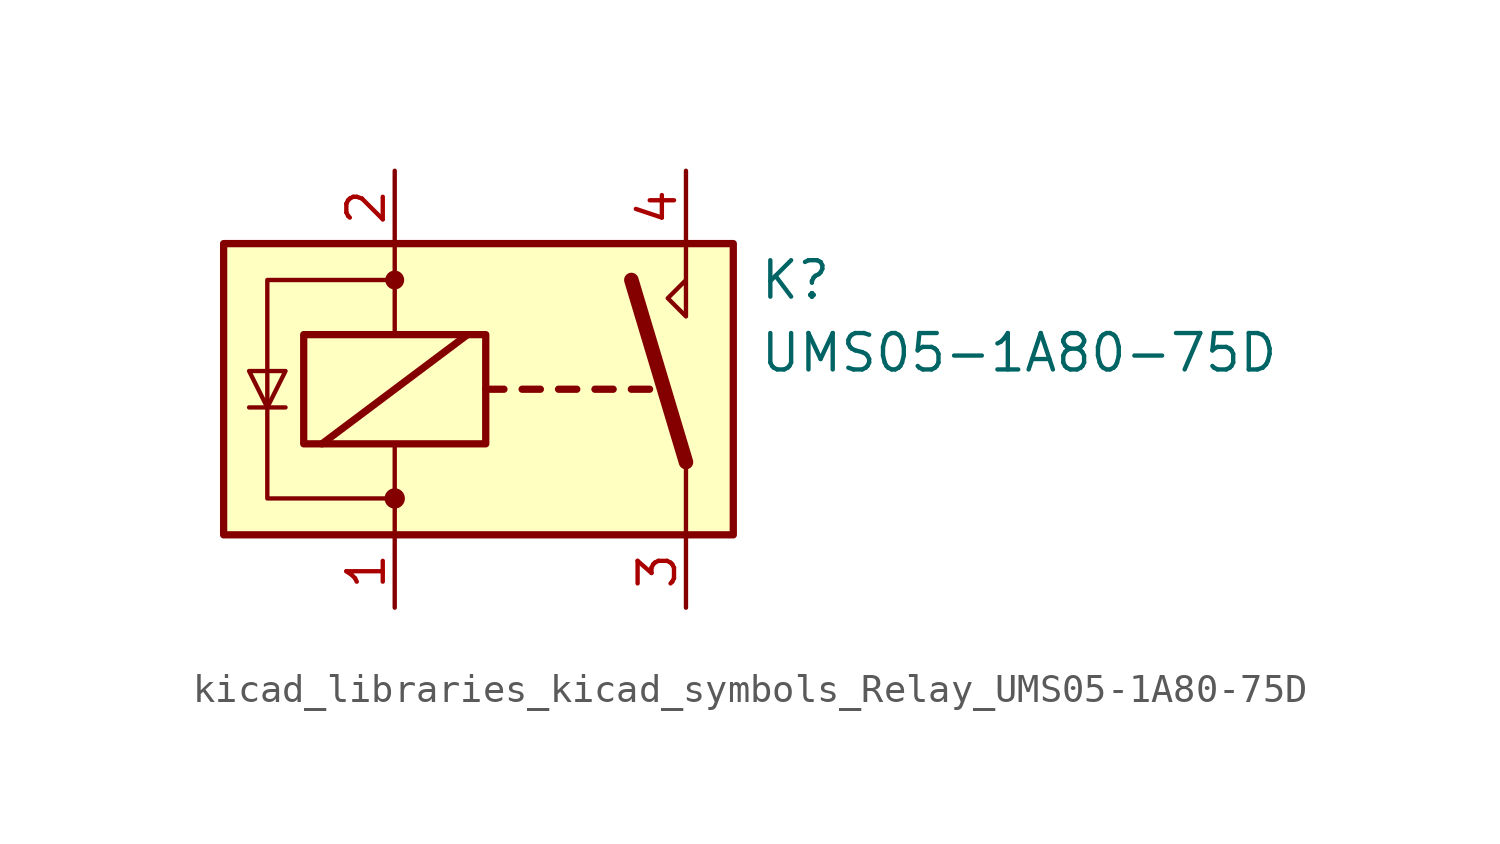
<source format=kicad_sym>
(kicad_symbol_lib
  (version 20220914)
  (generator kicad_symbol_editor)
  (symbol "kicad_libraries_kicad_symbols_Relay_UMS05-1A80-75D"
    (property "Reference" "K"
      (at 7.62 3.81 0)
      (effects (font (size 1.27 1.27)) (justify left)))
    (property "Value" "UMS05-1A80-75D"
      (at 7.62 1.27 0)
      (effects (font (size 1.27 1.27)) (justify left)))
    (symbol "kicad_libraries_kicad_symbols_Relay_UMS05-1A80-75D_0_0"
      (polyline (pts (xy 5.08 5.08) (xy 5.08 2.54) (xy 4.445 3.175) (xy 5.08 3.81)) (stroke (width 0) (type default)) (fill (type none))))
    (symbol "kicad_libraries_kicad_symbols_Relay_UMS05-1A80-75D_0_1"
      (rectangle (start -11.049 5.08) (end 6.731 -5.08) (stroke (width 0.254) (type default)) (fill (type background)))
      (rectangle (start -8.255 1.905) (end -1.905 -1.905) (stroke (width 0.254) (type default)) (fill (type none)))
      (circle (center -5.08 -3.81) (radius 0.279) (stroke (width 0) (type default)) (fill (type outline)))
      (circle (center -5.08 3.81) (radius 0.254) (stroke (width 0) (type default)) (fill (type outline)))
      (polyline (pts (xy -8.89 -0.635) (xy -10.16 -0.635)) (stroke (width 0) (type default)) (fill (type none)))
      (polyline (pts (xy -7.62 -1.905) (xy -2.54 1.905)) (stroke (width 0.254) (type default)) (fill (type none)))
      (polyline (pts (xy -5.08 -5.08) (xy -5.08 -1.905)) (stroke (width 0) (type default)) (fill (type none)))
      (polyline (pts (xy -5.08 5.08) (xy -5.08 1.905)) (stroke (width 0) (type default)) (fill (type none)))
      (polyline (pts (xy -1.905 0) (xy -1.27 0)) (stroke (width 0.254) (type default)) (fill (type none)))
      (polyline (pts (xy -0.635 0) (xy 0 0)) (stroke (width 0.254) (type default)) (fill (type none)))
      (polyline (pts (xy 0.635 0) (xy 1.27 0)) (stroke (width 0.254) (type default)) (fill (type none)))
      (polyline (pts (xy 1.905 0) (xy 2.54 0)) (stroke (width 0.254) (type default)) (fill (type none)))
      (polyline (pts (xy 3.175 0) (xy 3.81 0)) (stroke (width 0.254) (type default)) (fill (type none)))
      (polyline (pts (xy 5.08 -2.54) (xy 3.175 3.81)) (stroke (width 0.508) (type default)) (fill (type none)))
      (polyline (pts (xy 5.08 -2.54) (xy 5.08 -5.08)) (stroke (width 0) (type default)) (fill (type none)))
      (polyline (pts (xy -9.525 -0.635) (xy -10.16 0.635) (xy -8.89 0.635) (xy -9.525 -0.635)) (stroke (width 0) (type default)) (fill (type none)))
      (polyline (pts (xy -5.08 3.81) (xy -9.525 3.81) (xy -9.525 -3.81) (xy -5.08 -3.81)) (stroke (width 0) (type default)) (fill (type none))))
    (symbol "kicad_libraries_kicad_symbols_Relay_UMS05-1A80-75D_1_1"
      (pin passive line (at -5.08 -7.62 90) (length 2.54) (name "~" (effects (font (size 1.27 1.27)))) (number "1" (effects (font (size 1.27 1.27)))))
      (pin passive line (at -5.08 7.62 270) (length 2.54) (name "~" (effects (font (size 1.27 1.27)))) (number "2" (effects (font (size 1.27 1.27)))))
      (pin passive line (at 5.08 -7.62 90) (length 2.54) (name "~" (effects (font (size 1.27 1.27)))) (number "3" (effects (font (size 1.27 1.27)))))
      (pin passive line (at 5.08 7.62 270) (length 2.54) (name "~" (effects (font (size 1.27 1.27)))) (number "4" (effects (font (size 1.27 1.27))))))))
</source>
